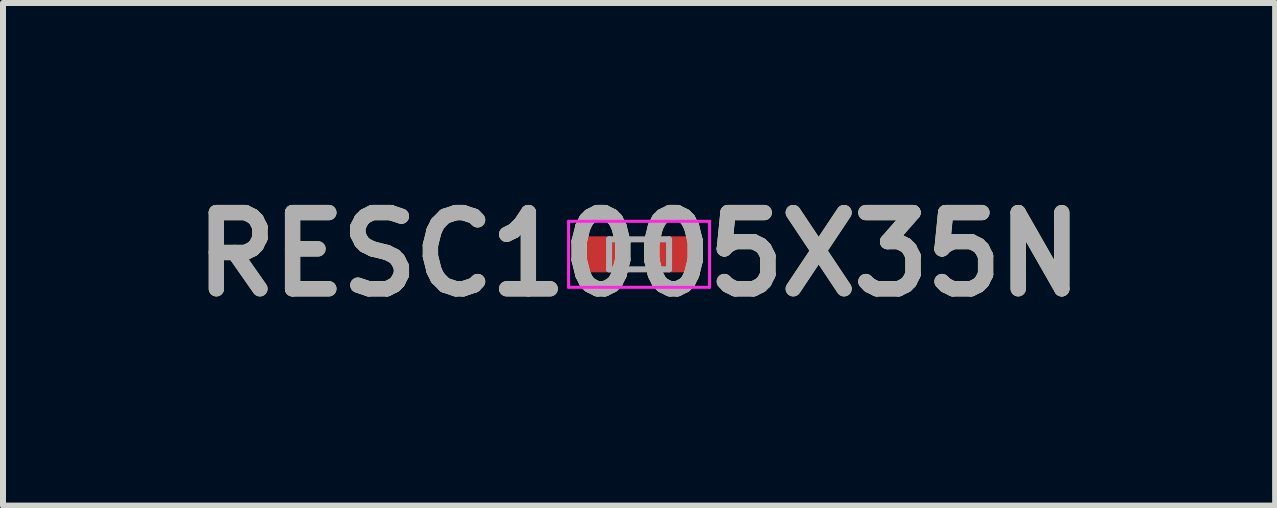
<source format=kicad_pcb>
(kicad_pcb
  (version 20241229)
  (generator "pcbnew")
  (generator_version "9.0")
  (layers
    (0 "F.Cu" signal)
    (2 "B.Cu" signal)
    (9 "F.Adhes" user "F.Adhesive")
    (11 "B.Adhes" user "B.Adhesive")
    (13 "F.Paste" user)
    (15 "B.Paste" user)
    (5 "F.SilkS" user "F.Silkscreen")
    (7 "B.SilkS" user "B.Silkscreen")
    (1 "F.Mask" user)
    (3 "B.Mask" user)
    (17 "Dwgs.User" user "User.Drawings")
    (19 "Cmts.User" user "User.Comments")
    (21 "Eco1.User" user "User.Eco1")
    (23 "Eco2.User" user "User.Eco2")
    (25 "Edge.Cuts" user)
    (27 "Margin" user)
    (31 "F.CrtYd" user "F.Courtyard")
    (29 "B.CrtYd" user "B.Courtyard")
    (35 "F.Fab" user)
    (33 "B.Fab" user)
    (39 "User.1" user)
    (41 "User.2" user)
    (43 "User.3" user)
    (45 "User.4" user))
  (footprint "RESC1005X35N"
    (layer "F.Cu")
    (at 7.602 1.189)
    (property "Reference" "RESC1005X35N" (at 0 0 0) (layer "F.SilkS") (effects (font (size 1.27 1.27) (thickness 0.254))))
    (attr smd)
    (fp_line (start -1.175 -0.55) (end 1.175 -0.55) (stroke (width 0.05) (type solid)) (layer "F.CrtYd"))
    (fp_line (start -1.175 0.55) (end -1.175 -0.55) (stroke (width 0.05) (type solid)) (layer "F.CrtYd"))
    (fp_line (start 1.175 -0.55) (end 1.175 0.55) (stroke (width 0.05) (type solid)) (layer "F.CrtYd"))
    (fp_line (start 1.175 0.55) (end -1.175 0.55) (stroke (width 0.05) (type solid)) (layer "F.CrtYd"))
    (fp_line (start -0.5 -0.25) (end 0.5 -0.25) (stroke (width 0.1) (type solid)) (layer "F.Fab"))
    (fp_line (start -0.5 0.25) (end -0.5 -0.25) (stroke (width 0.1) (type solid)) (layer "F.Fab"))
    (fp_line (start 0.5 -0.25) (end 0.5 0.25) (stroke (width 0.1) (type solid)) (layer "F.Fab"))
    (fp_line (start 0.5 0.25) (end -0.5 0.25) (stroke (width 0.1) (type solid)) (layer "F.Fab"))
    (fp_text user "${REFERENCE}" (at 0 0 0) (layer "F.Fab") (effects (font (size 1.27 1.27) (thickness 0.254))))
    (pad "1" smd rect (at -0.55 0 90) (size 0.6 0.75) (layers "F.Cu" "F.Mask" "F.Paste"))
    (pad "2" smd rect (at 0.55 0 90) (size 0.6 0.75) (layers "F.Cu" "F.Mask" "F.Paste")))
  (gr_rect
    (start -3 -3)
    (end 18.204 5.377)
    (stroke (width 0.1) (type default))
    (fill no)
    (layer "Edge.Cuts")))
</source>
